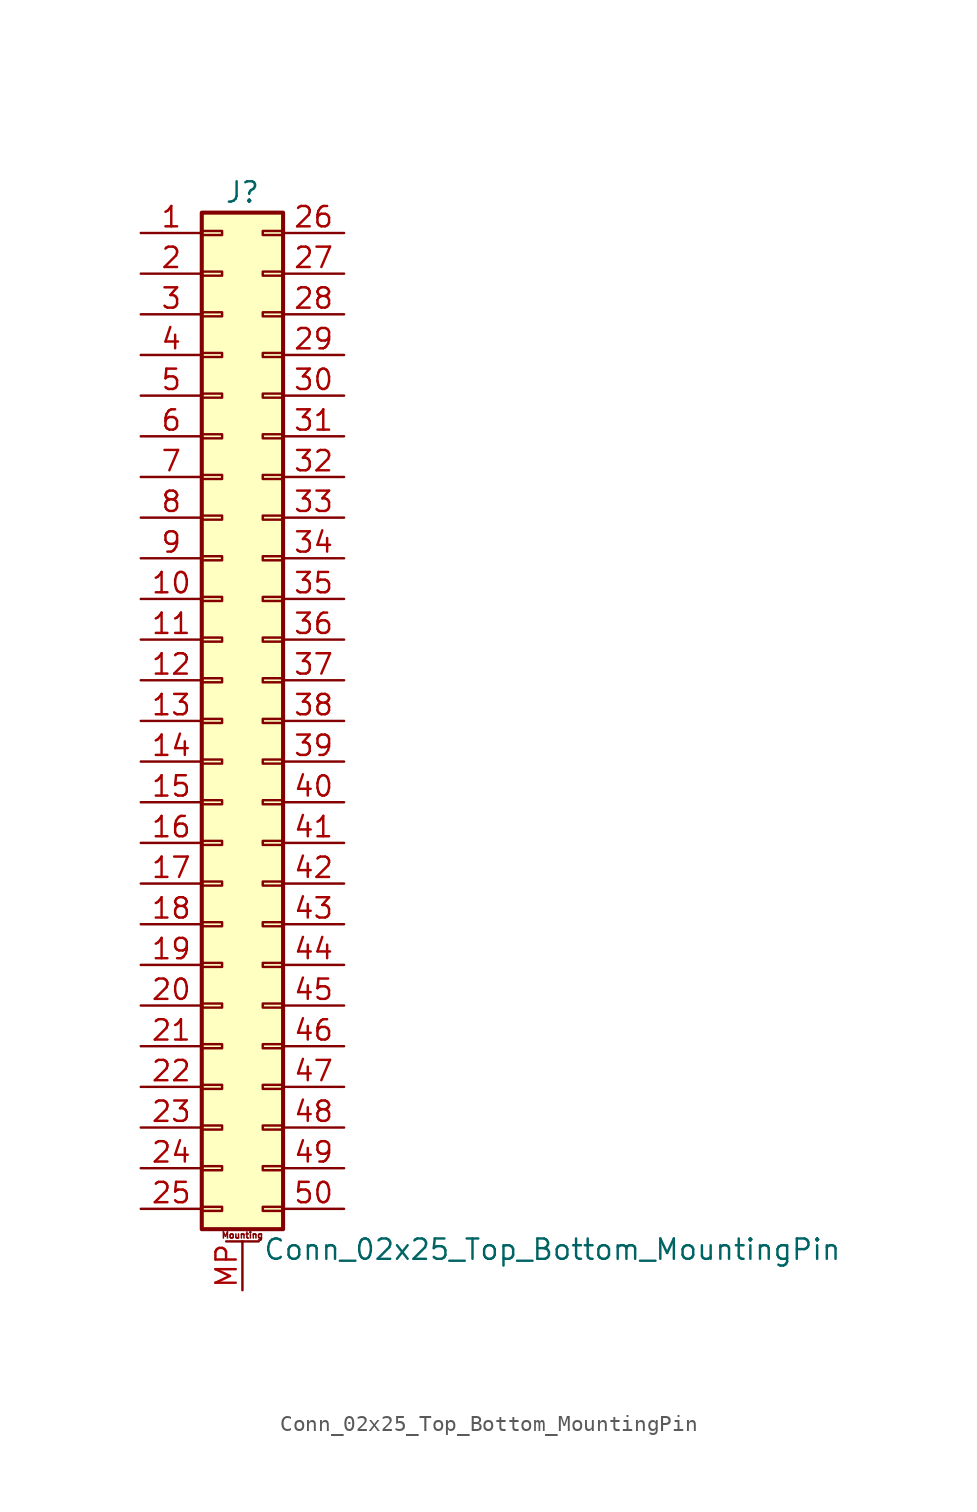
<source format=kicad_sym>
(kicad_symbol_lib
  (version 20220914)
  (generator kicad_symbol_editor)
  (symbol "Conn_02x25_Top_Bottom_MountingPin"
    (pin_names
      (offset 1.016) hide)
    (property "Reference" "J"
      (at 1.27 33.02 0)
      (effects (font (size 1.27 1.27))))
    (property "Value" "Conn_02x25_Top_Bottom_MountingPin"
      (at 2.54 -33.02 0)
      (effects (font (size 1.27 1.27)) (justify left)))
    (symbol "Conn_02x25_Top_Bottom_MountingPin_1_1"
      (rectangle (start -1.27 -30.353) (end 0 -30.607) (stroke (width 0.152) (type default)) (fill (type none)))
      (rectangle (start -1.27 -27.813) (end 0 -28.067) (stroke (width 0.152) (type default)) (fill (type none)))
      (rectangle (start -1.27 -25.273) (end 0 -25.527) (stroke (width 0.152) (type default)) (fill (type none)))
      (rectangle (start -1.27 -22.733) (end 0 -22.987) (stroke (width 0.152) (type default)) (fill (type none)))
      (rectangle (start -1.27 -20.193) (end 0 -20.447) (stroke (width 0.152) (type default)) (fill (type none)))
      (rectangle (start -1.27 -17.653) (end 0 -17.907) (stroke (width 0.152) (type default)) (fill (type none)))
      (rectangle (start -1.27 -15.113) (end 0 -15.367) (stroke (width 0.152) (type default)) (fill (type none)))
      (rectangle (start -1.27 -12.573) (end 0 -12.827) (stroke (width 0.152) (type default)) (fill (type none)))
      (rectangle (start -1.27 -10.033) (end 0 -10.287) (stroke (width 0.152) (type default)) (fill (type none)))
      (rectangle (start -1.27 -7.493) (end 0 -7.747) (stroke (width 0.152) (type default)) (fill (type none)))
      (rectangle (start -1.27 -4.953) (end 0 -5.207) (stroke (width 0.152) (type default)) (fill (type none)))
      (rectangle (start -1.27 -2.413) (end 0 -2.667) (stroke (width 0.152) (type default)) (fill (type none)))
      (rectangle (start -1.27 0.127) (end 0 -0.127) (stroke (width 0.152) (type default)) (fill (type none)))
      (rectangle (start -1.27 2.667) (end 0 2.413) (stroke (width 0.152) (type default)) (fill (type none)))
      (rectangle (start -1.27 5.207) (end 0 4.953) (stroke (width 0.152) (type default)) (fill (type none)))
      (rectangle (start -1.27 7.747) (end 0 7.493) (stroke (width 0.152) (type default)) (fill (type none)))
      (rectangle (start -1.27 10.287) (end 0 10.033) (stroke (width 0.152) (type default)) (fill (type none)))
      (rectangle (start -1.27 12.827) (end 0 12.573) (stroke (width 0.152) (type default)) (fill (type none)))
      (rectangle (start -1.27 15.367) (end 0 15.113) (stroke (width 0.152) (type default)) (fill (type none)))
      (rectangle (start -1.27 17.907) (end 0 17.653) (stroke (width 0.152) (type default)) (fill (type none)))
      (rectangle (start -1.27 20.447) (end 0 20.193) (stroke (width 0.152) (type default)) (fill (type none)))
      (rectangle (start -1.27 22.987) (end 0 22.733) (stroke (width 0.152) (type default)) (fill (type none)))
      (rectangle (start -1.27 25.527) (end 0 25.273) (stroke (width 0.152) (type default)) (fill (type none)))
      (rectangle (start -1.27 28.067) (end 0 27.813) (stroke (width 0.152) (type default)) (fill (type none)))
      (rectangle (start -1.27 30.607) (end 0 30.353) (stroke (width 0.152) (type default)) (fill (type none)))
      (rectangle (start -1.27 31.75) (end 3.81 -31.75) (stroke (width 0.254) (type default)) (fill (type background)))
      (polyline (pts (xy 0.254 -32.512) (xy 2.286 -32.512)) (stroke (width 0.152) (type default)) (fill (type none)))
      (rectangle (start 3.81 -30.353) (end 2.54 -30.607) (stroke (width 0.152) (type default)) (fill (type none)))
      (rectangle (start 3.81 -27.813) (end 2.54 -28.067) (stroke (width 0.152) (type default)) (fill (type none)))
      (rectangle (start 3.81 -25.273) (end 2.54 -25.527) (stroke (width 0.152) (type default)) (fill (type none)))
      (rectangle (start 3.81 -22.733) (end 2.54 -22.987) (stroke (width 0.152) (type default)) (fill (type none)))
      (rectangle (start 3.81 -20.193) (end 2.54 -20.447) (stroke (width 0.152) (type default)) (fill (type none)))
      (rectangle (start 3.81 -17.653) (end 2.54 -17.907) (stroke (width 0.152) (type default)) (fill (type none)))
      (rectangle (start 3.81 -15.113) (end 2.54 -15.367) (stroke (width 0.152) (type default)) (fill (type none)))
      (rectangle (start 3.81 -12.573) (end 2.54 -12.827) (stroke (width 0.152) (type default)) (fill (type none)))
      (rectangle (start 3.81 -10.033) (end 2.54 -10.287) (stroke (width 0.152) (type default)) (fill (type none)))
      (rectangle (start 3.81 -7.493) (end 2.54 -7.747) (stroke (width 0.152) (type default)) (fill (type none)))
      (rectangle (start 3.81 -4.953) (end 2.54 -5.207) (stroke (width 0.152) (type default)) (fill (type none)))
      (rectangle (start 3.81 -2.413) (end 2.54 -2.667) (stroke (width 0.152) (type default)) (fill (type none)))
      (rectangle (start 3.81 0.127) (end 2.54 -0.127) (stroke (width 0.152) (type default)) (fill (type none)))
      (rectangle (start 3.81 2.667) (end 2.54 2.413) (stroke (width 0.152) (type default)) (fill (type none)))
      (rectangle (start 3.81 5.207) (end 2.54 4.953) (stroke (width 0.152) (type default)) (fill (type none)))
      (rectangle (start 3.81 7.747) (end 2.54 7.493) (stroke (width 0.152) (type default)) (fill (type none)))
      (rectangle (start 3.81 10.287) (end 2.54 10.033) (stroke (width 0.152) (type default)) (fill (type none)))
      (rectangle (start 3.81 12.827) (end 2.54 12.573) (stroke (width 0.152) (type default)) (fill (type none)))
      (rectangle (start 3.81 15.367) (end 2.54 15.113) (stroke (width 0.152) (type default)) (fill (type none)))
      (rectangle (start 3.81 17.907) (end 2.54 17.653) (stroke (width 0.152) (type default)) (fill (type none)))
      (rectangle (start 3.81 20.447) (end 2.54 20.193) (stroke (width 0.152) (type default)) (fill (type none)))
      (rectangle (start 3.81 22.987) (end 2.54 22.733) (stroke (width 0.152) (type default)) (fill (type none)))
      (rectangle (start 3.81 25.527) (end 2.54 25.273) (stroke (width 0.152) (type default)) (fill (type none)))
      (rectangle (start 3.81 28.067) (end 2.54 27.813) (stroke (width 0.152) (type default)) (fill (type none)))
      (rectangle (start 3.81 30.607) (end 2.54 30.353) (stroke (width 0.152) (type default)) (fill (type none)))
      (text "Mounting" (at 1.27 -32.131 0) (effects (font (size 0.381 0.381))))
      (pin passive line (at -5.08 30.48 0) (length 3.81) (name "Pin_1" (effects (font (size 1.27 1.27)))) (number "1" (effects (font (size 1.27 1.27)))))
      (pin passive line (at -5.08 7.62 0) (length 3.81) (name "Pin_10" (effects (font (size 1.27 1.27)))) (number "10" (effects (font (size 1.27 1.27)))))
      (pin passive line (at -5.08 5.08 0) (length 3.81) (name "Pin_11" (effects (font (size 1.27 1.27)))) (number "11" (effects (font (size 1.27 1.27)))))
      (pin passive line (at -5.08 2.54 0) (length 3.81) (name "Pin_12" (effects (font (size 1.27 1.27)))) (number "12" (effects (font (size 1.27 1.27)))))
      (pin passive line (at -5.08 0 0) (length 3.81) (name "Pin_13" (effects (font (size 1.27 1.27)))) (number "13" (effects (font (size 1.27 1.27)))))
      (pin passive line (at -5.08 -2.54 0) (length 3.81) (name "Pin_14" (effects (font (size 1.27 1.27)))) (number "14" (effects (font (size 1.27 1.27)))))
      (pin passive line (at -5.08 -5.08 0) (length 3.81) (name "Pin_15" (effects (font (size 1.27 1.27)))) (number "15" (effects (font (size 1.27 1.27)))))
      (pin passive line (at -5.08 -7.62 0) (length 3.81) (name "Pin_16" (effects (font (size 1.27 1.27)))) (number "16" (effects (font (size 1.27 1.27)))))
      (pin passive line (at -5.08 -10.16 0) (length 3.81) (name "Pin_17" (effects (font (size 1.27 1.27)))) (number "17" (effects (font (size 1.27 1.27)))))
      (pin passive line (at -5.08 -12.7 0) (length 3.81) (name "Pin_18" (effects (font (size 1.27 1.27)))) (number "18" (effects (font (size 1.27 1.27)))))
      (pin passive line (at -5.08 -15.24 0) (length 3.81) (name "Pin_19" (effects (font (size 1.27 1.27)))) (number "19" (effects (font (size 1.27 1.27)))))
      (pin passive line (at -5.08 27.94 0) (length 3.81) (name "Pin_2" (effects (font (size 1.27 1.27)))) (number "2" (effects (font (size 1.27 1.27)))))
      (pin passive line (at -5.08 -17.78 0) (length 3.81) (name "Pin_20" (effects (font (size 1.27 1.27)))) (number "20" (effects (font (size 1.27 1.27)))))
      (pin passive line (at -5.08 -20.32 0) (length 3.81) (name "Pin_21" (effects (font (size 1.27 1.27)))) (number "21" (effects (font (size 1.27 1.27)))))
      (pin passive line (at -5.08 -22.86 0) (length 3.81) (name "Pin_22" (effects (font (size 1.27 1.27)))) (number "22" (effects (font (size 1.27 1.27)))))
      (pin passive line (at -5.08 -25.4 0) (length 3.81) (name "Pin_23" (effects (font (size 1.27 1.27)))) (number "23" (effects (font (size 1.27 1.27)))))
      (pin passive line (at -5.08 -27.94 0) (length 3.81) (name "Pin_24" (effects (font (size 1.27 1.27)))) (number "24" (effects (font (size 1.27 1.27)))))
      (pin passive line (at -5.08 -30.48 0) (length 3.81) (name "Pin_25" (effects (font (size 1.27 1.27)))) (number "25" (effects (font (size 1.27 1.27)))))
      (pin passive line (at 7.62 30.48 180) (length 3.81) (name "Pin_26" (effects (font (size 1.27 1.27)))) (number "26" (effects (font (size 1.27 1.27)))))
      (pin passive line (at 7.62 27.94 180) (length 3.81) (name "Pin_27" (effects (font (size 1.27 1.27)))) (number "27" (effects (font (size 1.27 1.27)))))
      (pin passive line (at 7.62 25.4 180) (length 3.81) (name "Pin_28" (effects (font (size 1.27 1.27)))) (number "28" (effects (font (size 1.27 1.27)))))
      (pin passive line (at 7.62 22.86 180) (length 3.81) (name "Pin_29" (effects (font (size 1.27 1.27)))) (number "29" (effects (font (size 1.27 1.27)))))
      (pin passive line (at -5.08 25.4 0) (length 3.81) (name "Pin_3" (effects (font (size 1.27 1.27)))) (number "3" (effects (font (size 1.27 1.27)))))
      (pin passive line (at 7.62 20.32 180) (length 3.81) (name "Pin_30" (effects (font (size 1.27 1.27)))) (number "30" (effects (font (size 1.27 1.27)))))
      (pin passive line (at 7.62 17.78 180) (length 3.81) (name "Pin_31" (effects (font (size 1.27 1.27)))) (number "31" (effects (font (size 1.27 1.27)))))
      (pin passive line (at 7.62 15.24 180) (length 3.81) (name "Pin_32" (effects (font (size 1.27 1.27)))) (number "32" (effects (font (size 1.27 1.27)))))
      (pin passive line (at 7.62 12.7 180) (length 3.81) (name "Pin_33" (effects (font (size 1.27 1.27)))) (number "33" (effects (font (size 1.27 1.27)))))
      (pin passive line (at 7.62 10.16 180) (length 3.81) (name "Pin_34" (effects (font (size 1.27 1.27)))) (number "34" (effects (font (size 1.27 1.27)))))
      (pin passive line (at 7.62 7.62 180) (length 3.81) (name "Pin_35" (effects (font (size 1.27 1.27)))) (number "35" (effects (font (size 1.27 1.27)))))
      (pin passive line (at 7.62 5.08 180) (length 3.81) (name "Pin_36" (effects (font (size 1.27 1.27)))) (number "36" (effects (font (size 1.27 1.27)))))
      (pin passive line (at 7.62 2.54 180) (length 3.81) (name "Pin_37" (effects (font (size 1.27 1.27)))) (number "37" (effects (font (size 1.27 1.27)))))
      (pin passive line (at 7.62 0 180) (length 3.81) (name "Pin_38" (effects (font (size 1.27 1.27)))) (number "38" (effects (font (size 1.27 1.27)))))
      (pin passive line (at 7.62 -2.54 180) (length 3.81) (name "Pin_39" (effects (font (size 1.27 1.27)))) (number "39" (effects (font (size 1.27 1.27)))))
      (pin passive line (at -5.08 22.86 0) (length 3.81) (name "Pin_4" (effects (font (size 1.27 1.27)))) (number "4" (effects (font (size 1.27 1.27)))))
      (pin passive line (at 7.62 -5.08 180) (length 3.81) (name "Pin_40" (effects (font (size 1.27 1.27)))) (number "40" (effects (font (size 1.27 1.27)))))
      (pin passive line (at 7.62 -7.62 180) (length 3.81) (name "Pin_41" (effects (font (size 1.27 1.27)))) (number "41" (effects (font (size 1.27 1.27)))))
      (pin passive line (at 7.62 -10.16 180) (length 3.81) (name "Pin_42" (effects (font (size 1.27 1.27)))) (number "42" (effects (font (size 1.27 1.27)))))
      (pin passive line (at 7.62 -12.7 180) (length 3.81) (name "Pin_43" (effects (font (size 1.27 1.27)))) (number "43" (effects (font (size 1.27 1.27)))))
      (pin passive line (at 7.62 -15.24 180) (length 3.81) (name "Pin_44" (effects (font (size 1.27 1.27)))) (number "44" (effects (font (size 1.27 1.27)))))
      (pin passive line (at 7.62 -17.78 180) (length 3.81) (name "Pin_45" (effects (font (size 1.27 1.27)))) (number "45" (effects (font (size 1.27 1.27)))))
      (pin passive line (at 7.62 -20.32 180) (length 3.81) (name "Pin_46" (effects (font (size 1.27 1.27)))) (number "46" (effects (font (size 1.27 1.27)))))
      (pin passive line (at 7.62 -22.86 180) (length 3.81) (name "Pin_47" (effects (font (size 1.27 1.27)))) (number "47" (effects (font (size 1.27 1.27)))))
      (pin passive line (at 7.62 -25.4 180) (length 3.81) (name "Pin_48" (effects (font (size 1.27 1.27)))) (number "48" (effects (font (size 1.27 1.27)))))
      (pin passive line (at 7.62 -27.94 180) (length 3.81) (name "Pin_49" (effects (font (size 1.27 1.27)))) (number "49" (effects (font (size 1.27 1.27)))))
      (pin passive line (at -5.08 20.32 0) (length 3.81) (name "Pin_5" (effects (font (size 1.27 1.27)))) (number "5" (effects (font (size 1.27 1.27)))))
      (pin passive line (at 7.62 -30.48 180) (length 3.81) (name "Pin_50" (effects (font (size 1.27 1.27)))) (number "50" (effects (font (size 1.27 1.27)))))
      (pin passive line (at -5.08 17.78 0) (length 3.81) (name "Pin_6" (effects (font (size 1.27 1.27)))) (number "6" (effects (font (size 1.27 1.27)))))
      (pin passive line (at -5.08 15.24 0) (length 3.81) (name "Pin_7" (effects (font (size 1.27 1.27)))) (number "7" (effects (font (size 1.27 1.27)))))
      (pin passive line (at -5.08 12.7 0) (length 3.81) (name "Pin_8" (effects (font (size 1.27 1.27)))) (number "8" (effects (font (size 1.27 1.27)))))
      (pin passive line (at -5.08 10.16 0) (length 3.81) (name "Pin_9" (effects (font (size 1.27 1.27)))) (number "9" (effects (font (size 1.27 1.27)))))
      (pin passive line (at 1.27 -35.56 90) (length 3.048) (name "MountPin" (effects (font (size 1.27 1.27)))) (number "MP" (effects (font (size 1.27 1.27))))))))
</source>
